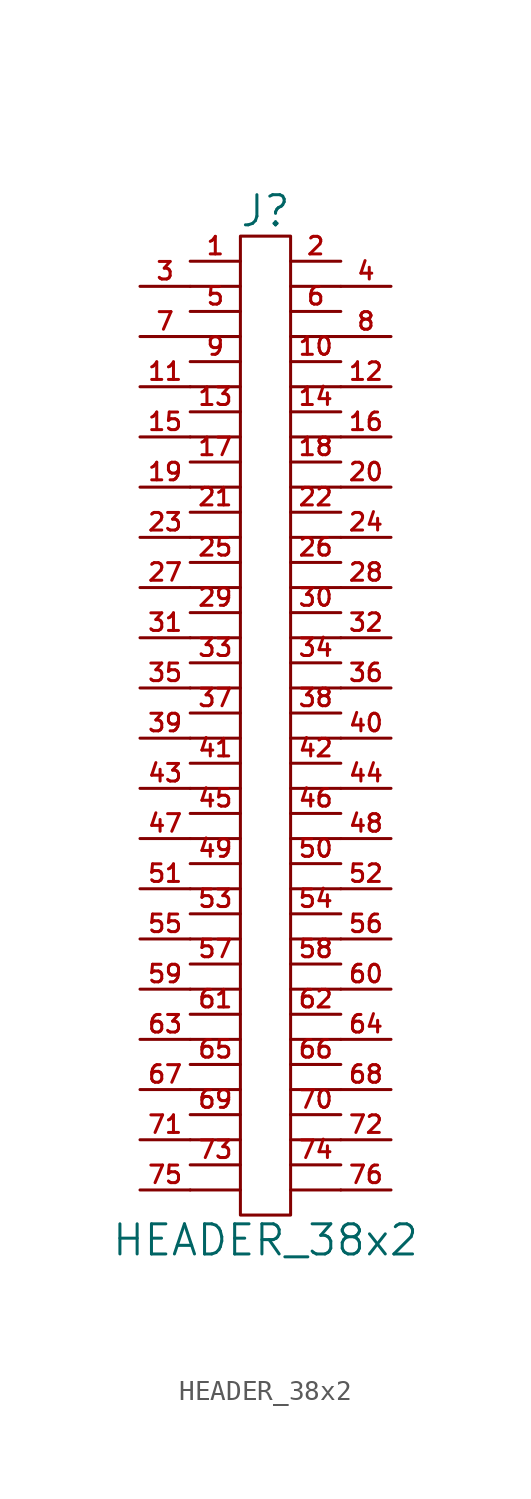
<source format=kicad_sym>
(kicad_symbol_lib
  (version 20201005)
  (generator kicad_symbol_editor)
  (symbol "HEADER_38x2"
    (pin_names
      (offset 0))
    (property "Reference" "J"
      (at 0 25.4 0)
      (effects (font (size 1.524 1.524))))
    (property "Value" "HEADER_38x2"
      (at 0 -26.67 0)
      (effects (font (size 1.524 1.524))))
    (property "Footprint" ""
      (at 0 -1.27 0)
      (effects (font (size 1.524 1.524))))
    (property "Datasheet" ""
      (at 0 -1.27 0)
      (effects (font (size 1.524 1.524))))
    (symbol "HEADER_38x2_0_1"
      (rectangle (start 1.27 -25.4) (end -1.27 24.13) (stroke (width 0)) (fill (type none)))
      (polyline (pts (xy -3.81 -24.13) (xy -1.27 -24.13)) (stroke (width 0)) (fill (type none)))
      (polyline (pts (xy -3.81 -21.59) (xy -1.27 -21.59)) (stroke (width 0)) (fill (type none)))
      (polyline (pts (xy -3.81 -19.05) (xy -1.27 -19.05)) (stroke (width 0)) (fill (type none)))
      (polyline (pts (xy -3.81 -16.51) (xy -1.27 -16.51)) (stroke (width 0)) (fill (type none)))
      (polyline (pts (xy -3.81 -13.97) (xy -1.27 -13.97)) (stroke (width 0)) (fill (type none)))
      (polyline (pts (xy -3.81 -11.43) (xy -1.27 -11.43)) (stroke (width 0)) (fill (type none)))
      (polyline (pts (xy -3.81 -8.89) (xy -1.27 -8.89)) (stroke (width 0)) (fill (type none)))
      (polyline (pts (xy -3.81 -6.35) (xy -1.27 -6.35)) (stroke (width 0)) (fill (type none)))
      (polyline (pts (xy -3.81 -3.81) (xy -1.27 -3.81)) (stroke (width 0)) (fill (type none)))
      (polyline (pts (xy -3.81 -1.27) (xy -1.27 -1.27)) (stroke (width 0)) (fill (type none)))
      (polyline (pts (xy -3.81 1.27) (xy -1.27 1.27)) (stroke (width 0)) (fill (type none)))
      (polyline (pts (xy -3.81 3.81) (xy -1.27 3.81)) (stroke (width 0)) (fill (type none)))
      (polyline (pts (xy -3.81 6.35) (xy -1.27 6.35)) (stroke (width 0)) (fill (type none)))
      (polyline (pts (xy -3.81 8.89) (xy -1.27 8.89)) (stroke (width 0)) (fill (type none)))
      (polyline (pts (xy -3.81 11.43) (xy -1.27 11.43)) (stroke (width 0)) (fill (type none)))
      (polyline (pts (xy -3.81 13.97) (xy -1.27 13.97)) (stroke (width 0)) (fill (type none)))
      (polyline (pts (xy -3.81 16.51) (xy -1.27 16.51)) (stroke (width 0)) (fill (type none)))
      (polyline (pts (xy -3.81 19.05) (xy -1.27 19.05)) (stroke (width 0)) (fill (type none)))
      (polyline (pts (xy -3.81 21.59) (xy -1.27 21.59)) (stroke (width 0)) (fill (type none)))
      (polyline (pts (xy 1.27 -24.13) (xy 3.81 -24.13)) (stroke (width 0)) (fill (type none)))
      (polyline (pts (xy 1.27 -21.59) (xy 3.81 -21.59)) (stroke (width 0)) (fill (type none)))
      (polyline (pts (xy 1.27 -19.05) (xy 3.81 -19.05)) (stroke (width 0)) (fill (type none)))
      (polyline (pts (xy 1.27 -16.51) (xy 3.81 -16.51)) (stroke (width 0)) (fill (type none)))
      (polyline (pts (xy 1.27 -13.97) (xy 3.81 -13.97)) (stroke (width 0)) (fill (type none)))
      (polyline (pts (xy 1.27 -11.43) (xy 3.81 -11.43)) (stroke (width 0)) (fill (type none)))
      (polyline (pts (xy 1.27 -8.89) (xy 3.81 -8.89)) (stroke (width 0)) (fill (type none)))
      (polyline (pts (xy 1.27 -6.35) (xy 3.81 -6.35)) (stroke (width 0)) (fill (type none)))
      (polyline (pts (xy 1.27 -3.81) (xy 3.81 -3.81)) (stroke (width 0)) (fill (type none)))
      (polyline (pts (xy 1.27 -1.27) (xy 3.81 -1.27)) (stroke (width 0)) (fill (type none)))
      (polyline (pts (xy 1.27 1.27) (xy 3.81 1.27)) (stroke (width 0)) (fill (type none)))
      (polyline (pts (xy 1.27 3.81) (xy 3.81 3.81)) (stroke (width 0)) (fill (type none)))
      (polyline (pts (xy 1.27 6.35) (xy 3.81 6.35)) (stroke (width 0)) (fill (type none)))
      (polyline (pts (xy 1.27 8.89) (xy 3.81 8.89)) (stroke (width 0)) (fill (type none)))
      (polyline (pts (xy 1.27 11.43) (xy 3.81 11.43)) (stroke (width 0)) (fill (type none)))
      (polyline (pts (xy 1.27 13.97) (xy 3.81 13.97)) (stroke (width 0)) (fill (type none)))
      (polyline (pts (xy 1.27 16.51) (xy 3.81 16.51)) (stroke (width 0)) (fill (type none)))
      (polyline (pts (xy 1.27 19.05) (xy 3.81 19.05)) (stroke (width 0)) (fill (type none)))
      (polyline (pts (xy 1.27 21.59) (xy 3.81 21.59)) (stroke (width 0)) (fill (type none))))
    (symbol "HEADER_38x2_1_1"
      (pin passive line (at -3.81 22.86 0) (length 2.54) (name "~" (effects (font (size 1.27 1.27)))) (number "1" (effects (font (size 0.889 0.889)))))
      (pin passive line (at 3.81 17.78 180) (length 2.54) (name "~" (effects (font (size 1.27 1.27)))) (number "10" (effects (font (size 0.889 0.889)))))
      (pin passive line (at -6.35 16.51 0) (length 2.54) (name "~" (effects (font (size 1.27 1.27)))) (number "11" (effects (font (size 0.889 0.889)))))
      (pin passive line (at 6.35 16.51 180) (length 2.54) (name "~" (effects (font (size 1.27 1.27)))) (number "12" (effects (font (size 0.889 0.889)))))
      (pin passive line (at -3.81 15.24 0) (length 2.54) (name "~" (effects (font (size 1.27 1.27)))) (number "13" (effects (font (size 0.889 0.889)))))
      (pin passive line (at 3.81 15.24 180) (length 2.54) (name "~" (effects (font (size 1.27 1.27)))) (number "14" (effects (font (size 0.889 0.889)))))
      (pin passive line (at -6.35 13.97 0) (length 2.54) (name "~" (effects (font (size 1.27 1.27)))) (number "15" (effects (font (size 0.889 0.889)))))
      (pin passive line (at 6.35 13.97 180) (length 2.54) (name "~" (effects (font (size 1.27 1.27)))) (number "16" (effects (font (size 0.889 0.889)))))
      (pin passive line (at -3.81 12.7 0) (length 2.54) (name "~" (effects (font (size 1.27 1.27)))) (number "17" (effects (font (size 0.889 0.889)))))
      (pin passive line (at 3.81 12.7 180) (length 2.54) (name "~" (effects (font (size 1.27 1.27)))) (number "18" (effects (font (size 0.889 0.889)))))
      (pin passive line (at -6.35 11.43 0) (length 2.54) (name "~" (effects (font (size 1.27 1.27)))) (number "19" (effects (font (size 0.889 0.889)))))
      (pin passive line (at 3.81 22.86 180) (length 2.54) (name "~" (effects (font (size 1.27 1.27)))) (number "2" (effects (font (size 0.889 0.889)))))
      (pin passive line (at 6.35 11.43 180) (length 2.54) (name "~" (effects (font (size 1.27 1.27)))) (number "20" (effects (font (size 0.889 0.889)))))
      (pin passive line (at -3.81 10.16 0) (length 2.54) (name "~" (effects (font (size 1.27 1.27)))) (number "21" (effects (font (size 0.889 0.889)))))
      (pin passive line (at 3.81 10.16 180) (length 2.54) (name "~" (effects (font (size 1.27 1.27)))) (number "22" (effects (font (size 0.889 0.889)))))
      (pin passive line (at -6.35 8.89 0) (length 2.54) (name "~" (effects (font (size 1.27 1.27)))) (number "23" (effects (font (size 0.889 0.889)))))
      (pin passive line (at 6.35 8.89 180) (length 2.54) (name "~" (effects (font (size 1.27 1.27)))) (number "24" (effects (font (size 0.889 0.889)))))
      (pin passive line (at -3.81 7.62 0) (length 2.54) (name "~" (effects (font (size 1.27 1.27)))) (number "25" (effects (font (size 0.889 0.889)))))
      (pin passive line (at 3.81 7.62 180) (length 2.54) (name "~" (effects (font (size 1.27 1.27)))) (number "26" (effects (font (size 0.889 0.889)))))
      (pin passive line (at -6.35 6.35 0) (length 2.54) (name "~" (effects (font (size 1.27 1.27)))) (number "27" (effects (font (size 0.889 0.889)))))
      (pin passive line (at 6.35 6.35 180) (length 2.54) (name "~" (effects (font (size 1.27 1.27)))) (number "28" (effects (font (size 0.889 0.889)))))
      (pin passive line (at -3.81 5.08 0) (length 2.54) (name "~" (effects (font (size 1.27 1.27)))) (number "29" (effects (font (size 0.889 0.889)))))
      (pin passive line (at -6.35 21.59 0) (length 2.54) (name "~" (effects (font (size 1.27 1.27)))) (number "3" (effects (font (size 0.889 0.889)))))
      (pin passive line (at 3.81 5.08 180) (length 2.54) (name "~" (effects (font (size 1.27 1.27)))) (number "30" (effects (font (size 0.889 0.889)))))
      (pin passive line (at -6.35 3.81 0) (length 2.54) (name "~" (effects (font (size 1.27 1.27)))) (number "31" (effects (font (size 0.889 0.889)))))
      (pin passive line (at 6.35 3.81 180) (length 2.54) (name "~" (effects (font (size 1.27 1.27)))) (number "32" (effects (font (size 0.889 0.889)))))
      (pin passive line (at -3.81 2.54 0) (length 2.54) (name "~" (effects (font (size 1.27 1.27)))) (number "33" (effects (font (size 0.889 0.889)))))
      (pin passive line (at 3.81 2.54 180) (length 2.54) (name "~" (effects (font (size 1.27 1.27)))) (number "34" (effects (font (size 0.889 0.889)))))
      (pin passive line (at -6.35 1.27 0) (length 2.54) (name "~" (effects (font (size 1.27 1.27)))) (number "35" (effects (font (size 0.889 0.889)))))
      (pin passive line (at 6.35 1.27 180) (length 2.54) (name "~" (effects (font (size 1.27 1.27)))) (number "36" (effects (font (size 0.889 0.889)))))
      (pin passive line (at -3.81 0 0) (length 2.54) (name "~" (effects (font (size 0.889 0.889)))) (number "37" (effects (font (size 0.889 0.889)))))
      (pin passive line (at 3.81 0 180) (length 2.54) (name "~" (effects (font (size 1.27 1.27)))) (number "38" (effects (font (size 0.889 0.889)))))
      (pin passive line (at -6.35 -1.27 0) (length 2.54) (name "~" (effects (font (size 1.27 1.27)))) (number "39" (effects (font (size 0.889 0.889)))))
      (pin passive line (at 6.35 21.59 180) (length 2.54) (name "~" (effects (font (size 1.27 1.27)))) (number "4" (effects (font (size 0.889 0.889)))))
      (pin passive line (at 6.35 -1.27 180) (length 2.54) (name "~" (effects (font (size 1.27 1.27)))) (number "40" (effects (font (size 0.889 0.889)))))
      (pin passive line (at -3.81 -2.54 0) (length 2.54) (name "~" (effects (font (size 1.27 1.27)))) (number "41" (effects (font (size 0.889 0.889)))))
      (pin passive line (at 3.81 -2.54 180) (length 2.54) (name "~" (effects (font (size 1.27 1.27)))) (number "42" (effects (font (size 0.889 0.889)))))
      (pin passive line (at -6.35 -3.81 0) (length 2.54) (name "~" (effects (font (size 1.27 1.27)))) (number "43" (effects (font (size 0.889 0.889)))))
      (pin passive line (at 6.35 -3.81 180) (length 2.54) (name "~" (effects (font (size 1.27 1.27)))) (number "44" (effects (font (size 0.889 0.889)))))
      (pin passive line (at -3.81 -5.08 0) (length 2.54) (name "~" (effects (font (size 1.27 1.27)))) (number "45" (effects (font (size 0.889 0.889)))))
      (pin passive line (at 3.81 -5.08 180) (length 2.54) (name "~" (effects (font (size 1.27 1.27)))) (number "46" (effects (font (size 0.889 0.889)))))
      (pin passive line (at -6.35 -6.35 0) (length 2.54) (name "~" (effects (font (size 1.27 1.27)))) (number "47" (effects (font (size 0.889 0.889)))))
      (pin passive line (at 6.35 -6.35 180) (length 2.54) (name "~" (effects (font (size 1.27 1.27)))) (number "48" (effects (font (size 0.889 0.889)))))
      (pin passive line (at -3.81 -7.62 0) (length 2.54) (name "~" (effects (font (size 1.27 1.27)))) (number "49" (effects (font (size 0.889 0.889)))))
      (pin passive line (at -3.81 20.32 0) (length 2.54) (name "~" (effects (font (size 1.27 1.27)))) (number "5" (effects (font (size 0.889 0.889)))))
      (pin passive line (at 3.81 -7.62 180) (length 2.54) (name "~" (effects (font (size 1.27 1.27)))) (number "50" (effects (font (size 0.889 0.889)))))
      (pin passive line (at -6.35 -8.89 0) (length 2.54) (name "~" (effects (font (size 1.27 1.27)))) (number "51" (effects (font (size 0.889 0.889)))))
      (pin passive line (at 6.35 -8.89 180) (length 2.54) (name "~" (effects (font (size 1.27 1.27)))) (number "52" (effects (font (size 0.889 0.889)))))
      (pin passive line (at -3.81 -10.16 0) (length 2.54) (name "~" (effects (font (size 1.27 1.27)))) (number "53" (effects (font (size 0.889 0.889)))))
      (pin passive line (at 3.81 -10.16 180) (length 2.54) (name "~" (effects (font (size 1.27 1.27)))) (number "54" (effects (font (size 0.889 0.889)))))
      (pin passive line (at -6.35 -11.43 0) (length 2.54) (name "~" (effects (font (size 1.27 1.27)))) (number "55" (effects (font (size 0.889 0.889)))))
      (pin passive line (at 6.35 -11.43 180) (length 2.54) (name "~" (effects (font (size 1.27 1.27)))) (number "56" (effects (font (size 0.889 0.889)))))
      (pin passive line (at -3.81 -12.7 0) (length 2.54) (name "~" (effects (font (size 1.27 1.27)))) (number "57" (effects (font (size 0.889 0.889)))))
      (pin passive line (at 3.81 -12.7 180) (length 2.54) (name "~" (effects (font (size 1.27 1.27)))) (number "58" (effects (font (size 0.889 0.889)))))
      (pin passive line (at -6.35 -13.97 0) (length 2.54) (name "~" (effects (font (size 1.27 1.27)))) (number "59" (effects (font (size 0.889 0.889)))))
      (pin passive line (at 3.81 20.32 180) (length 2.54) (name "~" (effects (font (size 1.27 1.27)))) (number "6" (effects (font (size 0.889 0.889)))))
      (pin passive line (at 6.35 -13.97 180) (length 2.54) (name "~" (effects (font (size 1.27 1.27)))) (number "60" (effects (font (size 0.889 0.889)))))
      (pin passive line (at -3.81 -15.24 0) (length 2.54) (name "~" (effects (font (size 1.27 1.27)))) (number "61" (effects (font (size 0.889 0.889)))))
      (pin passive line (at 3.81 -15.24 180) (length 2.54) (name "~" (effects (font (size 1.27 1.27)))) (number "62" (effects (font (size 0.889 0.889)))))
      (pin passive line (at -6.35 -16.51 0) (length 2.54) (name "~" (effects (font (size 1.27 1.27)))) (number "63" (effects (font (size 0.889 0.889)))))
      (pin passive line (at 6.35 -16.51 180) (length 2.54) (name "~" (effects (font (size 1.27 1.27)))) (number "64" (effects (font (size 0.889 0.889)))))
      (pin passive line (at -3.81 -17.78 0) (length 2.54) (name "~" (effects (font (size 1.27 1.27)))) (number "65" (effects (font (size 0.889 0.889)))))
      (pin passive line (at 3.81 -17.78 180) (length 2.54) (name "~" (effects (font (size 1.27 1.27)))) (number "66" (effects (font (size 0.889 0.889)))))
      (pin passive line (at -6.35 -19.05 0) (length 2.54) (name "~" (effects (font (size 1.27 1.27)))) (number "67" (effects (font (size 0.889 0.889)))))
      (pin passive line (at 6.35 -19.05 180) (length 2.54) (name "~" (effects (font (size 1.27 1.27)))) (number "68" (effects (font (size 0.889 0.889)))))
      (pin passive line (at -3.81 -20.32 0) (length 2.54) (name "~" (effects (font (size 1.27 1.27)))) (number "69" (effects (font (size 0.889 0.889)))))
      (pin passive line (at -6.35 19.05 0) (length 2.54) (name "~" (effects (font (size 1.27 1.27)))) (number "7" (effects (font (size 0.889 0.889)))))
      (pin passive line (at 3.81 -20.32 180) (length 2.54) (name "~" (effects (font (size 1.27 1.27)))) (number "70" (effects (font (size 0.889 0.889)))))
      (pin passive line (at -6.35 -21.59 0) (length 2.54) (name "~" (effects (font (size 1.27 1.27)))) (number "71" (effects (font (size 0.889 0.889)))))
      (pin passive line (at 6.35 -21.59 180) (length 2.54) (name "~" (effects (font (size 1.27 1.27)))) (number "72" (effects (font (size 0.889 0.889)))))
      (pin passive line (at -3.81 -22.86 0) (length 2.54) (name "~" (effects (font (size 1.27 1.27)))) (number "73" (effects (font (size 0.889 0.889)))))
      (pin passive line (at 3.81 -22.86 180) (length 2.54) (name "~" (effects (font (size 1.27 1.27)))) (number "74" (effects (font (size 0.889 0.889)))))
      (pin passive line (at -6.35 -24.13 0) (length 2.54) (name "~" (effects (font (size 1.27 1.27)))) (number "75" (effects (font (size 0.889 0.889)))))
      (pin passive line (at 6.35 -24.13 180) (length 2.54) (name "~" (effects (font (size 1.27 1.27)))) (number "76" (effects (font (size 0.889 0.889)))))
      (pin passive line (at 6.35 19.05 180) (length 2.54) (name "~" (effects (font (size 1.27 1.27)))) (number "8" (effects (font (size 0.889 0.889)))))
      (pin passive line (at -3.81 17.78 0) (length 2.54) (name "~" (effects (font (size 1.27 1.27)))) (number "9" (effects (font (size 0.889 0.889))))))))
</source>
